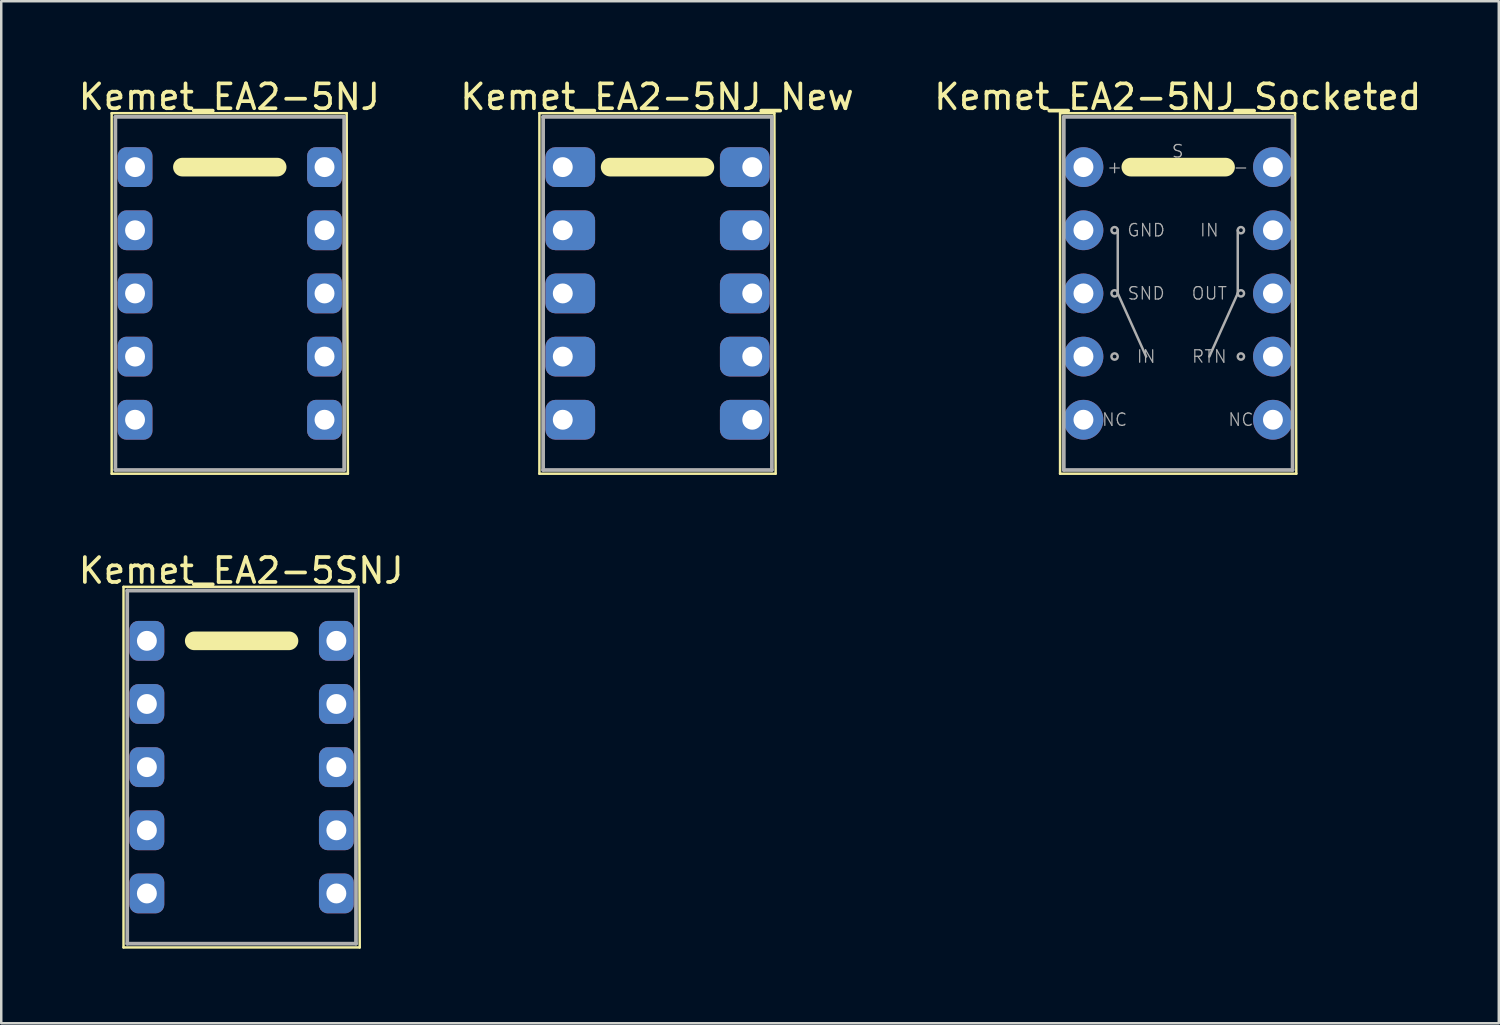
<source format=kicad_pcb>
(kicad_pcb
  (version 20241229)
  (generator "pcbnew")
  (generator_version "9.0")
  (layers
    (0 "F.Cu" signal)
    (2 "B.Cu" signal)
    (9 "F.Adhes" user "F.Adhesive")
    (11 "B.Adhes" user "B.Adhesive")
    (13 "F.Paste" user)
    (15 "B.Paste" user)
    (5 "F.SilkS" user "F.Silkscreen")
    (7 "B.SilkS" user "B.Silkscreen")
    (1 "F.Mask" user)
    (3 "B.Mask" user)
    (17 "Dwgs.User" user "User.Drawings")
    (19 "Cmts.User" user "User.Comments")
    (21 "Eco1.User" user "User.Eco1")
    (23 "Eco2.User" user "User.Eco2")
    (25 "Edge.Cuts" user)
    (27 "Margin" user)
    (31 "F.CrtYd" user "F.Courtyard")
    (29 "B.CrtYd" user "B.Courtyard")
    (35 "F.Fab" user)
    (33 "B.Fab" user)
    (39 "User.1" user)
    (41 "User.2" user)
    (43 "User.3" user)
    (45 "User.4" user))
  (footprint "Kemet_EA2-5NJ_Socketed"
    (layer "F.Cu")
    (at 44.315 8.748)
    (property "Reference" "Kemet_EA2-5NJ_Socketed" (at 0 -7.9 0) (layer "F.SilkS") (effects (font (size 1 1) (thickness 0.15))))
    (attr through_hole)
    (fp_line (start -4.732 -7.247) (end -4.732 7.253) (stroke (width 0.1) (type solid)) (layer "F.SilkS"))
    (fp_line (start 1.923 -5.077) (end -1.887 -5.077) (stroke (width 0.75) (type solid)) (layer "F.SilkS"))
    (fp_line (start 4.718 -7.247) (end -4.732 -7.247) (stroke (width 0.1) (type solid)) (layer "F.SilkS"))
    (fp_line (start 4.718 -7.247) (end 4.768 7.253) (stroke (width 0.1) (type solid)) (layer "F.SilkS"))
    (fp_line (start 4.768 7.253) (end -4.732 7.253) (stroke (width 0.1) (type solid)) (layer "F.SilkS"))
    (fp_line (start -4.582 -7.097) (end -4.582 7.103) (stroke (width 0.15) (type solid)) (layer "F.Fab"))
    (fp_line (start -4.582 7.103) (end 4.618 7.103) (stroke (width 0.15) (type solid)) (layer "F.Fab"))
    (fp_line (start -2.413 0) (end -2.413 -2.54) (stroke (width 0.1) (type solid)) (layer "F.Fab"))
    (fp_line (start -2.413 0) (end -1.27 2.54) (stroke (width 0.1) (type solid)) (layer "F.Fab"))
    (fp_line (start 2.413 0) (end 1.27 2.54) (stroke (width 0.1) (type solid)) (layer "F.Fab"))
    (fp_line (start 2.413 0) (end 2.413 -2.54) (stroke (width 0.1) (type solid)) (layer "F.Fab"))
    (fp_line (start 4.618 -7.097) (end -4.582 -7.097) (stroke (width 0.15) (type solid)) (layer "F.Fab"))
    (fp_line (start 4.618 7.103) (end 4.618 -7.097) (stroke (width 0.15) (type solid)) (layer "F.Fab"))
    (fp_circle (center -2.54 -2.54) (end -2.54 -2.413) (stroke (width 0.1) (type solid)) (fill no) (layer "F.Fab"))
    (fp_circle (center -2.54 0) (end -2.54 -0.127) (stroke (width 0.1) (type solid)) (fill no) (layer "F.Fab"))
    (fp_circle (center -2.54 2.54) (end -2.54 2.413) (stroke (width 0.1) (type solid)) (fill no) (layer "F.Fab"))
    (fp_circle (center 2.54 -2.54) (end 2.54 -2.667) (stroke (width 0.1) (type solid)) (fill no) (layer "F.Fab"))
    (fp_circle (center 2.54 0) (end 2.54 -0.127) (stroke (width 0.1) (type solid)) (fill no) (layer "F.Fab"))
    (fp_circle (center 2.54 2.54) (end 2.54 2.413) (stroke (width 0.1) (type solid)) (fill no) (layer "F.Fab"))
    (fp_text user "NC" (at -2.54 5.08 0) (layer "F.Fab") (effects (font (size 0.5 0.5) (thickness 0.05))))
    (fp_text user "SND" (at -1.27 0 0) (layer "F.Fab") (effects (font (size 0.5 0.5) (thickness 0.05))))
    (fp_text user "IN" (at 1.27 -2.54 0) (layer "F.Fab") (effects (font (size 0.5 0.5) (thickness 0.05))))
    (fp_text user "RTN" (at 1.27 2.54 0) (layer "F.Fab") (effects (font (size 0.5 0.5) (thickness 0.05))))
    (fp_text user "OUT" (at 1.27 0 0) (layer "F.Fab") (effects (font (size 0.5 0.5) (thickness 0.05))))
    (fp_text user "+" (at -2.54 -5.08 0) (layer "F.Fab") (effects (font (size 0.5 0.5) (thickness 0.05))))
    (fp_text user "IN" (at -1.27 2.54 0) (layer "F.Fab") (effects (font (size 0.5 0.5) (thickness 0.05))))
    (fp_text user "S" (at 0 -5.715 0) (layer "F.Fab") (effects (font (size 0.5 0.5) (thickness 0.05))))
    (fp_text user "NC" (at 2.54 5.08 0) (layer "F.Fab") (effects (font (size 0.5 0.5) (thickness 0.05))))
    (fp_text user "-" (at 2.54 -5.08 0) (layer "F.Fab") (effects (font (size 0.5 0.5) (thickness 0.05))))
    (fp_text user "GND" (at -1.27 -2.54 0) (layer "F.Fab") (effects (font (size 0.5 0.5) (thickness 0.05))))
    (pad "1" thru_hole circle (at -3.792 -5.077) (size 1.6 1.6) (drill 0.8) (layers "*.Cu" "*.Mask"))
    (pad "2" thru_hole circle (at -3.792 -2.537) (size 1.6 1.6) (drill 0.8) (layers "*.Cu" "*.Mask"))
    (pad "3" thru_hole circle (at -3.792 0.003) (size 1.6 1.6) (drill 0.8) (layers "*.Cu" "*.Mask"))
    (pad "4" thru_hole circle (at -3.792 2.543) (size 1.6 1.6) (drill 0.8) (layers "*.Cu" "*.Mask"))
    (pad "5" thru_hole circle (at -3.792 5.083) (size 1.6 1.6) (drill 0.8) (layers "*.Cu" "*.Mask"))
    (pad "6" thru_hole circle (at 3.828 5.083) (size 1.6 1.6) (drill 0.8) (layers "*.Cu" "*.Mask"))
    (pad "7" thru_hole circle (at 3.828 2.543) (size 1.6 1.6) (drill 0.8) (layers "*.Cu" "*.Mask"))
    (pad "8" thru_hole circle (at 3.828 0.003) (size 1.6 1.6) (drill 0.8) (layers "*.Cu" "*.Mask"))
    (pad "9" thru_hole circle (at 3.828 -2.537) (size 1.6 1.6) (drill 0.8) (layers "*.Cu" "*.Mask"))
    (pad "10" thru_hole circle (at 3.828 -5.077) (size 1.6 1.6) (drill 0.8) (layers "*.Cu" "*.Mask")))
  (footprint "Kemet_EA2-5SNJ"
    (layer "F.Cu")
    (at 6.649 27.799)
    (property "Reference" "Kemet_EA2-5SNJ" (at 0 -7.9 0) (layer "F.SilkS") (effects (font (size 1 1) (thickness 0.15))))
    (attr through_hole)
    (fp_line (start -4.732 -7.247) (end -4.732 7.253) (stroke (width 0.1) (type solid)) (layer "F.SilkS"))
    (fp_line (start 1.923 -5.077) (end -1.887 -5.077) (stroke (width 0.75) (type solid)) (layer "F.SilkS"))
    (fp_line (start 4.718 -7.247) (end -4.732 -7.247) (stroke (width 0.1) (type solid)) (layer "F.SilkS"))
    (fp_line (start 4.718 -7.247) (end 4.768 7.253) (stroke (width 0.1) (type solid)) (layer "F.SilkS"))
    (fp_line (start 4.768 7.253) (end -4.732 7.253) (stroke (width 0.1) (type solid)) (layer "F.SilkS"))
    (fp_line (start -4.582 -7.097) (end -4.582 7.103) (stroke (width 0.15) (type solid)) (layer "F.Fab"))
    (fp_line (start -4.582 7.103) (end 4.618 7.103) (stroke (width 0.15) (type solid)) (layer "F.Fab"))
    (fp_line (start 4.618 -7.097) (end -4.582 -7.097) (stroke (width 0.15) (type solid)) (layer "F.Fab"))
    (fp_line (start 4.618 7.103) (end 4.618 -7.097) (stroke (width 0.15) (type solid)) (layer "F.Fab"))
    (pad "1" thru_hole roundrect (at -3.792 -5.077) (size 1.4 1.6) (drill 0.8) (layers "*.Cu" "*.Mask") (roundrect_rratio 0.25))
    (pad "2" thru_hole roundrect (at -3.792 -2.537) (size 1.4 1.6) (drill 0.8) (layers "*.Cu" "*.Mask") (roundrect_rratio 0.25))
    (pad "3" thru_hole roundrect (at -3.792 0.003) (size 1.4 1.6) (drill 0.8) (layers "*.Cu" "*.Mask") (roundrect_rratio 0.25))
    (pad "4" thru_hole roundrect (at -3.792 2.543) (size 1.4 1.6) (drill 0.8) (layers "*.Cu" "*.Mask") (roundrect_rratio 0.25))
    (pad "5" thru_hole roundrect (at -3.792 5.083) (size 1.4 1.6) (drill 0.8) (layers "*.Cu" "*.Mask") (roundrect_rratio 0.25))
    (pad "6" thru_hole roundrect (at 3.828 5.083) (size 1.4 1.6) (drill 0.8) (layers "*.Cu" "*.Mask") (roundrect_rratio 0.25))
    (pad "7" thru_hole roundrect (at 3.828 2.543) (size 1.4 1.6) (drill 0.8) (layers "*.Cu" "*.Mask") (roundrect_rratio 0.25))
    (pad "8" thru_hole roundrect (at 3.828 0.003) (size 1.4 1.6) (drill 0.8) (layers "*.Cu" "*.Mask") (roundrect_rratio 0.25))
    (pad "9" thru_hole roundrect (at 3.828 -2.537) (size 1.4 1.6) (drill 0.8) (layers "*.Cu" "*.Mask") (roundrect_rratio 0.25))
    (pad "10" thru_hole roundrect (at 3.828 -5.077) (size 1.4 1.6) (drill 0.8) (layers "*.Cu" "*.Mask") (roundrect_rratio 0.25)))
  (footprint "Kemet_EA2-5NJ_New"
    (layer "F.Cu")
    (at 23.375 8.748)
    (property "Reference" "Kemet_EA2-5NJ_New" (at 0 -7.9 0) (layer "F.SilkS") (effects (font (size 1 1) (thickness 0.15))))
    (attr through_hole)
    (fp_line (start -4.732 -7.247) (end -4.732 7.253) (stroke (width 0.1) (type solid)) (layer "F.SilkS"))
    (fp_line (start 1.923 -5.077) (end -1.887 -5.077) (stroke (width 0.75) (type solid)) (layer "F.SilkS"))
    (fp_line (start 4.718 -7.247) (end -4.732 -7.247) (stroke (width 0.1) (type solid)) (layer "F.SilkS"))
    (fp_line (start 4.718 -7.247) (end 4.768 7.253) (stroke (width 0.1) (type solid)) (layer "F.SilkS"))
    (fp_line (start 4.768 7.253) (end -4.732 7.253) (stroke (width 0.1) (type solid)) (layer "F.SilkS"))
    (fp_line (start -4.582 -7.097) (end -4.582 7.103) (stroke (width 0.15) (type solid)) (layer "F.Fab"))
    (fp_line (start -4.582 7.103) (end 4.618 7.103) (stroke (width 0.15) (type solid)) (layer "F.Fab"))
    (fp_line (start 4.618 -7.097) (end -4.582 -7.097) (stroke (width 0.15) (type solid)) (layer "F.Fab"))
    (fp_line (start 4.618 7.103) (end 4.618 -7.097) (stroke (width 0.15) (type solid)) (layer "F.Fab"))
    (pad "1" thru_hole roundrect (at -3.792 -5.077 270) (size 1.6 2) (drill 0.8 (offset 0 -0.3)) (layers "*.Cu" "*.Mask") (roundrect_rratio 0.25))
    (pad "2" thru_hole roundrect (at -3.792 -2.537 270) (size 1.6 2) (drill 0.8 (offset 0 -0.3)) (layers "*.Cu" "*.Mask") (roundrect_rratio 0.25))
    (pad "3" thru_hole roundrect (at -3.792 0.003 270) (size 1.6 2) (drill 0.8 (offset 0 -0.3)) (layers "*.Cu" "*.Mask") (roundrect_rratio 0.25))
    (pad "4" thru_hole roundrect (at -3.792 2.543 270) (size 1.6 2) (drill 0.8 (offset 0 -0.3)) (layers "*.Cu" "*.Mask") (roundrect_rratio 0.25))
    (pad "5" thru_hole roundrect (at -3.792 5.083 270) (size 1.6 2) (drill 0.8 (offset 0 -0.3)) (layers "*.Cu" "*.Mask") (roundrect_rratio 0.25))
    (pad "6" thru_hole roundrect (at 3.828 5.083 270) (size 1.6 2) (drill 0.8 (offset 0 0.3)) (layers "*.Cu" "*.Mask") (roundrect_rratio 0.25))
    (pad "7" thru_hole roundrect (at 3.828 2.543 270) (size 1.6 2) (drill 0.8 (offset 0 0.3)) (layers "*.Cu" "*.Mask") (roundrect_rratio 0.25))
    (pad "8" thru_hole roundrect (at 3.828 0.003 270) (size 1.6 2) (drill 0.8 (offset 0 0.3)) (layers "*.Cu" "*.Mask") (roundrect_rratio 0.25))
    (pad "9" thru_hole roundrect (at 3.828 -2.537 270) (size 1.6 2) (drill 0.8 (offset 0 0.3)) (layers "*.Cu" "*.Mask") (roundrect_rratio 0.25))
    (pad "10" thru_hole roundrect (at 3.828 -5.077 270) (size 1.6 2) (drill 0.8 (offset 0 0.3)) (layers "*.Cu" "*.Mask") (roundrect_rratio 0.25)))
  (footprint "Kemet_EA2-5NJ"
    (layer "F.Cu")
    (at 6.173 8.748)
    (property "Reference" "Kemet_EA2-5NJ" (at 0 -7.9 0) (layer "F.SilkS") (effects (font (size 1 1) (thickness 0.15))))
    (attr through_hole)
    (fp_line (start -4.732 -7.247) (end -4.732 7.253) (stroke (width 0.1) (type solid)) (layer "F.SilkS"))
    (fp_line (start 1.923 -5.077) (end -1.887 -5.077) (stroke (width 0.75) (type solid)) (layer "F.SilkS"))
    (fp_line (start 4.718 -7.247) (end -4.732 -7.247) (stroke (width 0.1) (type solid)) (layer "F.SilkS"))
    (fp_line (start 4.718 -7.247) (end 4.768 7.253) (stroke (width 0.1) (type solid)) (layer "F.SilkS"))
    (fp_line (start 4.768 7.253) (end -4.732 7.253) (stroke (width 0.1) (type solid)) (layer "F.SilkS"))
    (fp_line (start -4.582 -7.097) (end -4.582 7.103) (stroke (width 0.15) (type solid)) (layer "F.Fab"))
    (fp_line (start -4.582 7.103) (end 4.618 7.103) (stroke (width 0.15) (type solid)) (layer "F.Fab"))
    (fp_line (start 4.618 -7.097) (end -4.582 -7.097) (stroke (width 0.15) (type solid)) (layer "F.Fab"))
    (fp_line (start 4.618 7.103) (end 4.618 -7.097) (stroke (width 0.15) (type solid)) (layer "F.Fab"))
    (pad "1" thru_hole roundrect (at -3.792 -5.077) (size 1.4 1.6) (drill 0.8) (layers "*.Cu" "*.Mask") (roundrect_rratio 0.25))
    (pad "2" thru_hole roundrect (at -3.792 -2.537) (size 1.4 1.6) (drill 0.8) (layers "*.Cu" "*.Mask") (roundrect_rratio 0.25))
    (pad "3" thru_hole roundrect (at -3.792 0.003) (size 1.4 1.6) (drill 0.8) (layers "*.Cu" "*.Mask") (roundrect_rratio 0.25))
    (pad "4" thru_hole roundrect (at -3.792 2.543) (size 1.4 1.6) (drill 0.8) (layers "*.Cu" "*.Mask") (roundrect_rratio 0.25))
    (pad "5" thru_hole roundrect (at -3.792 5.083) (size 1.4 1.6) (drill 0.8) (layers "*.Cu" "*.Mask") (roundrect_rratio 0.25))
    (pad "6" thru_hole roundrect (at 3.828 5.083) (size 1.4 1.6) (drill 0.8) (layers "*.Cu" "*.Mask") (roundrect_rratio 0.25))
    (pad "7" thru_hole roundrect (at 3.828 2.543) (size 1.4 1.6) (drill 0.8) (layers "*.Cu" "*.Mask") (roundrect_rratio 0.25))
    (pad "8" thru_hole roundrect (at 3.828 0.003) (size 1.4 1.6) (drill 0.8) (layers "*.Cu" "*.Mask") (roundrect_rratio 0.25))
    (pad "9" thru_hole roundrect (at 3.828 -2.537) (size 1.4 1.6) (drill 0.8) (layers "*.Cu" "*.Mask") (roundrect_rratio 0.25))
    (pad "10" thru_hole roundrect (at 3.828 -5.077) (size 1.4 1.6) (drill 0.8) (layers "*.Cu" "*.Mask") (roundrect_rratio 0.25)))
  (gr_rect
    (start -3 -3)
    (end 57.226 38.102)
    (stroke (width 0.1) (type default))
    (fill no)
    (layer "Edge.Cuts")))
</source>
